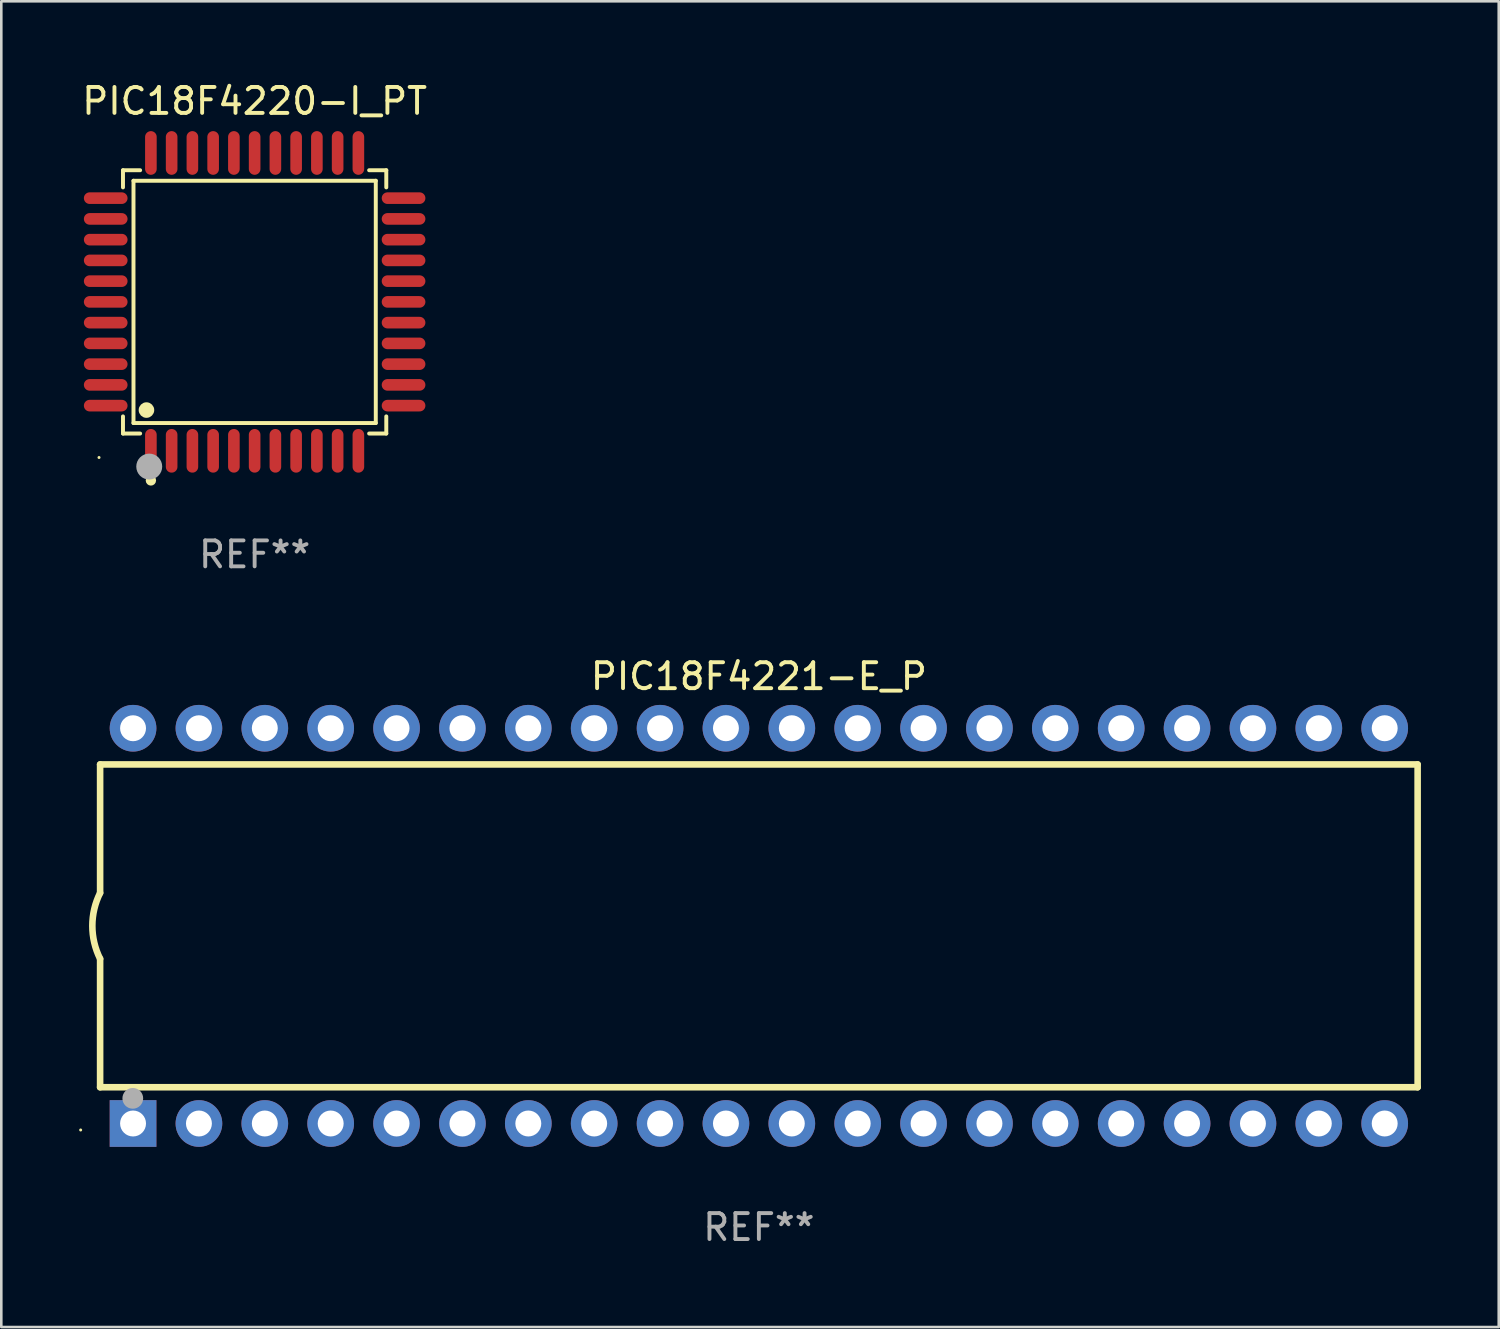
<source format=kicad_pcb>
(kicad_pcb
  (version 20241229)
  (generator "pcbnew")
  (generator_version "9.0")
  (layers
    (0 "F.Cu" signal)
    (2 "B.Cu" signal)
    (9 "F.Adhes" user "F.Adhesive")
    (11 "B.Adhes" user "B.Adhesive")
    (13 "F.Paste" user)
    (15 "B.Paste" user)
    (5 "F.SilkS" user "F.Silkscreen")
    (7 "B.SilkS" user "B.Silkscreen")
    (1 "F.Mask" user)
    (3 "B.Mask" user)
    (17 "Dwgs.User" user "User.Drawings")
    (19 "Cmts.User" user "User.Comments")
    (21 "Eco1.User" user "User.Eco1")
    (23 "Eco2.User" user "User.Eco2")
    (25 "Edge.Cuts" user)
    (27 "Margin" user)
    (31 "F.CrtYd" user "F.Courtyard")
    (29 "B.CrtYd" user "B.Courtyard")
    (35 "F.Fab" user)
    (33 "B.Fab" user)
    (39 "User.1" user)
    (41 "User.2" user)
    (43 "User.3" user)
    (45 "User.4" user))
  (footprint "PIC18F4221-E_P"
    (layer "F.Cu")
    (at 26.21 32.649)
    (property "Reference" "PIC18F4221-E_P" (at 0 -9.62 0) (layer "F.SilkS") (effects (font (size 1 1) (thickness 0.15))))
    (attr through_hole)
    (fp_line (start -25.4 -6.224) (end -25.4 -1.271) (stroke (width 0.254) (type solid)) (layer "F.SilkS"))
    (fp_line (start -25.4 -6.224) (end 25.4 -6.224) (stroke (width 0.254) (type solid)) (layer "F.SilkS"))
    (fp_line (start -25.4 1.269) (end -25.4 6.222) (stroke (width 0.254) (type solid)) (layer "F.SilkS"))
    (fp_line (start -25.4 6.222) (end 25.4 6.222) (stroke (width 0.254) (type solid)) (layer "F.SilkS"))
    (fp_line (start 25.4 6.222) (end 25.4 -6.224) (stroke (width 0.254) (type solid)) (layer "F.SilkS"))
    (fp_arc (start -25.4 1.269241) (mid -25.699807 -0.000762) (end -25.4 -1.270765) (stroke (width 0.254001) (type solid)) (layer "F.SilkS"))
    (fp_circle (center -26.15 7.87) (end -26.12 7.87) (stroke (width 0.06) (type solid)) (fill no) (layer "F.SilkS"))
    (fp_circle (center -24.14 6.65) (end -23.94 6.65) (stroke (width 0.4) (type solid)) (fill no) (layer "F.Fab"))
    (fp_text user "REF**" (at 0 11.62 0) (layer "F.Fab") (effects (font (size 1 1) (thickness 0.15))))
    (pad "1" thru_hole rect (at -24.13 7.62 90) (size 1.8 1.8) (drill 1) (layers "*.Cu" "*.Mask"))
    (pad "2" thru_hole circle (at -21.59 7.62) (size 1.8 1.8) (drill 1) (layers "*.Cu" "*.Mask"))
    (pad "3" thru_hole circle (at -19.05 7.62) (size 1.8 1.8) (drill 1) (layers "*.Cu" "*.Mask"))
    (pad "4" thru_hole circle (at -16.51 7.62) (size 1.8 1.8) (drill 1) (layers "*.Cu" "*.Mask"))
    (pad "5" thru_hole circle (at -13.97 7.62) (size 1.8 1.8) (drill 1) (layers "*.Cu" "*.Mask"))
    (pad "6" thru_hole circle (at -11.43 7.62) (size 1.8 1.8) (drill 1) (layers "*.Cu" "*.Mask"))
    (pad "7" thru_hole circle (at -8.89 7.62) (size 1.8 1.8) (drill 1) (layers "*.Cu" "*.Mask"))
    (pad "8" thru_hole circle (at -6.35 7.62) (size 1.8 1.8) (drill 1) (layers "*.Cu" "*.Mask"))
    (pad "9" thru_hole circle (at -3.81 7.62) (size 1.8 1.8) (drill 1) (layers "*.Cu" "*.Mask"))
    (pad "10" thru_hole circle (at -1.27 7.62) (size 1.8 1.8) (drill 1) (layers "*.Cu" "*.Mask"))
    (pad "11" thru_hole circle (at 1.27 7.62) (size 1.8 1.8) (drill 1) (layers "*.Cu" "*.Mask"))
    (pad "12" thru_hole circle (at 3.81 7.62) (size 1.8 1.8) (drill 1) (layers "*.Cu" "*.Mask"))
    (pad "13" thru_hole circle (at 6.35 7.62) (size 1.8 1.8) (drill 1) (layers "*.Cu" "*.Mask"))
    (pad "14" thru_hole circle (at 8.89 7.62) (size 1.8 1.8) (drill 1) (layers "*.Cu" "*.Mask"))
    (pad "15" thru_hole circle (at 11.43 7.62) (size 1.8 1.8) (drill 1) (layers "*.Cu" "*.Mask"))
    (pad "16" thru_hole circle (at 13.97 7.62) (size 1.8 1.8) (drill 1) (layers "*.Cu" "*.Mask"))
    (pad "17" thru_hole circle (at 16.51 7.62) (size 1.8 1.8) (drill 1) (layers "*.Cu" "*.Mask"))
    (pad "18" thru_hole circle (at 19.05 7.62) (size 1.8 1.8) (drill 1) (layers "*.Cu" "*.Mask"))
    (pad "19" thru_hole circle (at 21.59 7.62) (size 1.8 1.8) (drill 1) (layers "*.Cu" "*.Mask"))
    (pad "20" thru_hole circle (at 24.13 7.62) (size 1.8 1.8) (drill 1) (layers "*.Cu" "*.Mask"))
    (pad "21" thru_hole circle (at 24.13 -7.62) (size 1.8 1.8) (drill 1) (layers "*.Cu" "*.Mask"))
    (pad "22" thru_hole circle (at 21.59 -7.62) (size 1.8 1.8) (drill 1) (layers "*.Cu" "*.Mask"))
    (pad "23" thru_hole circle (at 19.05 -7.62) (size 1.8 1.8) (drill 1) (layers "*.Cu" "*.Mask"))
    (pad "24" thru_hole circle (at 16.51 -7.62) (size 1.8 1.8) (drill 1) (layers "*.Cu" "*.Mask"))
    (pad "25" thru_hole circle (at 13.97 -7.62) (size 1.8 1.8) (drill 1) (layers "*.Cu" "*.Mask"))
    (pad "26" thru_hole circle (at 11.43 -7.62) (size 1.8 1.8) (drill 1) (layers "*.Cu" "*.Mask"))
    (pad "27" thru_hole circle (at 8.89 -7.62) (size 1.8 1.8) (drill 1) (layers "*.Cu" "*.Mask"))
    (pad "28" thru_hole circle (at 6.35 -7.62) (size 1.8 1.8) (drill 1) (layers "*.Cu" "*.Mask"))
    (pad "29" thru_hole circle (at 3.81 -7.62) (size 1.8 1.8) (drill 1) (layers "*.Cu" "*.Mask"))
    (pad "30" thru_hole circle (at 1.27 -7.62) (size 1.8 1.8) (drill 1) (layers "*.Cu" "*.Mask"))
    (pad "31" thru_hole circle (at -1.27 -7.62) (size 1.8 1.8) (drill 1) (layers "*.Cu" "*.Mask"))
    (pad "32" thru_hole circle (at -3.81 -7.62) (size 1.8 1.8) (drill 1) (layers "*.Cu" "*.Mask"))
    (pad "33" thru_hole circle (at -6.35 -7.62) (size 1.8 1.8) (drill 1) (layers "*.Cu" "*.Mask"))
    (pad "34" thru_hole circle (at -8.89 -7.62) (size 1.8 1.8) (drill 1) (layers "*.Cu" "*.Mask"))
    (pad "35" thru_hole circle (at -11.43 -7.62) (size 1.8 1.8) (drill 1) (layers "*.Cu" "*.Mask"))
    (pad "36" thru_hole circle (at -13.97 -7.62) (size 1.8 1.8) (drill 1) (layers "*.Cu" "*.Mask"))
    (pad "37" thru_hole circle (at -16.51 -7.62) (size 1.8 1.8) (drill 1) (layers "*.Cu" "*.Mask"))
    (pad "38" thru_hole circle (at -19.05 -7.62) (size 1.8 1.8) (drill 1) (layers "*.Cu" "*.Mask"))
    (pad "39" thru_hole circle (at -21.59 -7.62) (size 1.8 1.8) (drill 1) (layers "*.Cu" "*.Mask"))
    (pad "40" thru_hole circle (at -24.13 -7.62) (size 1.8 1.8) (drill 1) (layers "*.Cu" "*.Mask")))
  (footprint "PIC18F4220-I_PT"
    (layer "F.Cu")
    (at 6.768 8.59)
    (property "Reference" "PIC18F4220-I_PT" (at 0 -7.742 0) (layer "F.SilkS") (effects (font (size 1 1) (thickness 0.15))))
    (attr through_hole)
    (fp_line (start -5.076 -5.076) (end -4.415 -5.076) (stroke (width 0.152) (type solid)) (layer "F.SilkS"))
    (fp_line (start -5.076 -4.415) (end -5.076 -5.076) (stroke (width 0.152) (type solid)) (layer "F.SilkS"))
    (fp_line (start -5.076 4.415) (end -5.076 5.076) (stroke (width 0.152) (type solid)) (layer "F.SilkS"))
    (fp_line (start -5.076 5.076) (end -4.415 5.076) (stroke (width 0.152) (type solid)) (layer "F.SilkS"))
    (fp_line (start -4.671 -4.671) (end 4.671 -4.671) (stroke (width 0.152) (type solid)) (layer "F.SilkS"))
    (fp_line (start -4.671 4.671) (end -4.671 -4.671) (stroke (width 0.152) (type solid)) (layer "F.SilkS"))
    (fp_line (start 4.671 -4.671) (end 4.671 4.671) (stroke (width 0.152) (type solid)) (layer "F.SilkS"))
    (fp_line (start 4.671 4.671) (end -4.671 4.671) (stroke (width 0.152) (type solid)) (layer "F.SilkS"))
    (fp_line (start 5.076 -5.076) (end 4.415 -5.076) (stroke (width 0.152) (type solid)) (layer "F.SilkS"))
    (fp_line (start 5.076 -4.415) (end 5.076 -5.076) (stroke (width 0.152) (type solid)) (layer "F.SilkS"))
    (fp_line (start 5.076 4.415) (end 5.076 5.076) (stroke (width 0.152) (type solid)) (layer "F.SilkS"))
    (fp_line (start 5.076 5.076) (end 4.415 5.076) (stroke (width 0.152) (type solid)) (layer "F.SilkS"))
    (fp_circle (center -6 6) (end -5.97 6) (stroke (width 0.06) (type solid)) (fill no) (layer "F.SilkS"))
    (fp_circle (center -4.171 4.171) (end -4.021 4.171) (stroke (width 0.3) (type solid)) (fill no) (layer "F.SilkS"))
    (fp_circle (center -4 6.884) (end -3.9 6.884) (stroke (width 0.2) (type solid)) (fill no) (layer "F.SilkS"))
    (fp_circle (center -4.064 6.35) (end -3.814 6.35) (stroke (width 0.5) (type solid)) (fill no) (layer "F.Fab"))
    (fp_text user "REF**" (at 0 9.742 0) (layer "F.Fab") (effects (font (size 1 1) (thickness 0.15))))
    (pad "1" smd oval (at -4 5.742) (size 0.448 1.684) (layers "F.Cu" "F.Mask" "F.Paste"))
    (pad "2" smd oval (at -3.2 5.742) (size 0.448 1.684) (layers "F.Cu" "F.Mask" "F.Paste"))
    (pad "3" smd oval (at -2.4 5.742) (size 0.448 1.684) (layers "F.Cu" "F.Mask" "F.Paste"))
    (pad "4" smd oval (at -1.6 5.742) (size 0.448 1.684) (layers "F.Cu" "F.Mask" "F.Paste"))
    (pad "5" smd oval (at -0.8 5.742) (size 0.448 1.684) (layers "F.Cu" "F.Mask" "F.Paste"))
    (pad "6" smd oval (at 0 5.742) (size 0.448 1.684) (layers "F.Cu" "F.Mask" "F.Paste"))
    (pad "7" smd oval (at 0.8 5.742) (size 0.448 1.684) (layers "F.Cu" "F.Mask" "F.Paste"))
    (pad "8" smd oval (at 1.6 5.742) (size 0.448 1.684) (layers "F.Cu" "F.Mask" "F.Paste"))
    (pad "9" smd oval (at 2.4 5.742) (size 0.448 1.684) (layers "F.Cu" "F.Mask" "F.Paste"))
    (pad "10" smd oval (at 3.2 5.742) (size 0.448 1.684) (layers "F.Cu" "F.Mask" "F.Paste"))
    (pad "11" smd oval (at 4 5.742) (size 0.448 1.684) (layers "F.Cu" "F.Mask" "F.Paste"))
    (pad "12" smd oval (at 5.742 4) (size 1.684 0.448) (layers "F.Cu" "F.Mask" "F.Paste"))
    (pad "13" smd oval (at 5.742 3.2) (size 1.684 0.448) (layers "F.Cu" "F.Mask" "F.Paste"))
    (pad "14" smd oval (at 5.742 2.4) (size 1.684 0.448) (layers "F.Cu" "F.Mask" "F.Paste"))
    (pad "15" smd oval (at 5.742 1.6) (size 1.684 0.448) (layers "F.Cu" "F.Mask" "F.Paste"))
    (pad "16" smd oval (at 5.742 0.8) (size 1.684 0.448) (layers "F.Cu" "F.Mask" "F.Paste"))
    (pad "17" smd oval (at 5.742 0) (size 1.684 0.448) (layers "F.Cu" "F.Mask" "F.Paste"))
    (pad "18" smd oval (at 5.742 -0.8) (size 1.684 0.448) (layers "F.Cu" "F.Mask" "F.Paste"))
    (pad "19" smd oval (at 5.742 -1.6) (size 1.684 0.448) (layers "F.Cu" "F.Mask" "F.Paste"))
    (pad "20" smd oval (at 5.742 -2.4) (size 1.684 0.448) (layers "F.Cu" "F.Mask" "F.Paste"))
    (pad "21" smd oval (at 5.742 -3.2) (size 1.684 0.448) (layers "F.Cu" "F.Mask" "F.Paste"))
    (pad "22" smd oval (at 5.742 -4) (size 1.684 0.448) (layers "F.Cu" "F.Mask" "F.Paste"))
    (pad "23" smd oval (at 4 -5.742) (size 0.448 1.684) (layers "F.Cu" "F.Mask" "F.Paste"))
    (pad "24" smd oval (at 3.2 -5.742) (size 0.448 1.684) (layers "F.Cu" "F.Mask" "F.Paste"))
    (pad "25" smd oval (at 2.4 -5.742) (size 0.448 1.684) (layers "F.Cu" "F.Mask" "F.Paste"))
    (pad "26" smd oval (at 1.6 -5.742) (size 0.448 1.684) (layers "F.Cu" "F.Mask" "F.Paste"))
    (pad "27" smd oval (at 0.8 -5.742) (size 0.448 1.684) (layers "F.Cu" "F.Mask" "F.Paste"))
    (pad "28" smd oval (at 0 -5.742) (size 0.448 1.684) (layers "F.Cu" "F.Mask" "F.Paste"))
    (pad "29" smd oval (at -0.8 -5.742) (size 0.448 1.684) (layers "F.Cu" "F.Mask" "F.Paste"))
    (pad "30" smd oval (at -1.6 -5.742) (size 0.448 1.684) (layers "F.Cu" "F.Mask" "F.Paste"))
    (pad "31" smd oval (at -2.4 -5.742) (size 0.448 1.684) (layers "F.Cu" "F.Mask" "F.Paste"))
    (pad "32" smd oval (at -3.2 -5.742) (size 0.448 1.684) (layers "F.Cu" "F.Mask" "F.Paste"))
    (pad "33" smd oval (at -4 -5.742) (size 0.448 1.684) (layers "F.Cu" "F.Mask" "F.Paste"))
    (pad "34" smd oval (at -5.742 -4) (size 1.684 0.448) (layers "F.Cu" "F.Mask" "F.Paste"))
    (pad "35" smd oval (at -5.742 -3.2) (size 1.684 0.448) (layers "F.Cu" "F.Mask" "F.Paste"))
    (pad "36" smd oval (at -5.742 -2.4) (size 1.684 0.448) (layers "F.Cu" "F.Mask" "F.Paste"))
    (pad "37" smd oval (at -5.742 -1.6) (size 1.684 0.448) (layers "F.Cu" "F.Mask" "F.Paste"))
    (pad "38" smd oval (at -5.742 -0.8) (size 1.684 0.448) (layers "F.Cu" "F.Mask" "F.Paste"))
    (pad "39" smd oval (at -5.742 0) (size 1.684 0.448) (layers "F.Cu" "F.Mask" "F.Paste"))
    (pad "40" smd oval (at -5.742 0.8) (size 1.684 0.448) (layers "F.Cu" "F.Mask" "F.Paste"))
    (pad "41" smd oval (at -5.742 1.6) (size 1.684 0.448) (layers "F.Cu" "F.Mask" "F.Paste"))
    (pad "42" smd oval (at -5.742 2.4) (size 1.684 0.448) (layers "F.Cu" "F.Mask" "F.Paste"))
    (pad "43" smd oval (at -5.742 3.2) (size 1.684 0.448) (layers "F.Cu" "F.Mask" "F.Paste"))
    (pad "44" smd oval (at -5.742 4) (size 1.684 0.448) (layers "F.Cu" "F.Mask" "F.Paste")))
  (gr_rect
    (start -3 -3)
    (end 54.737 48.117)
    (stroke (width 0.1) (type default))
    (fill no)
    (layer "Edge.Cuts")))
</source>
